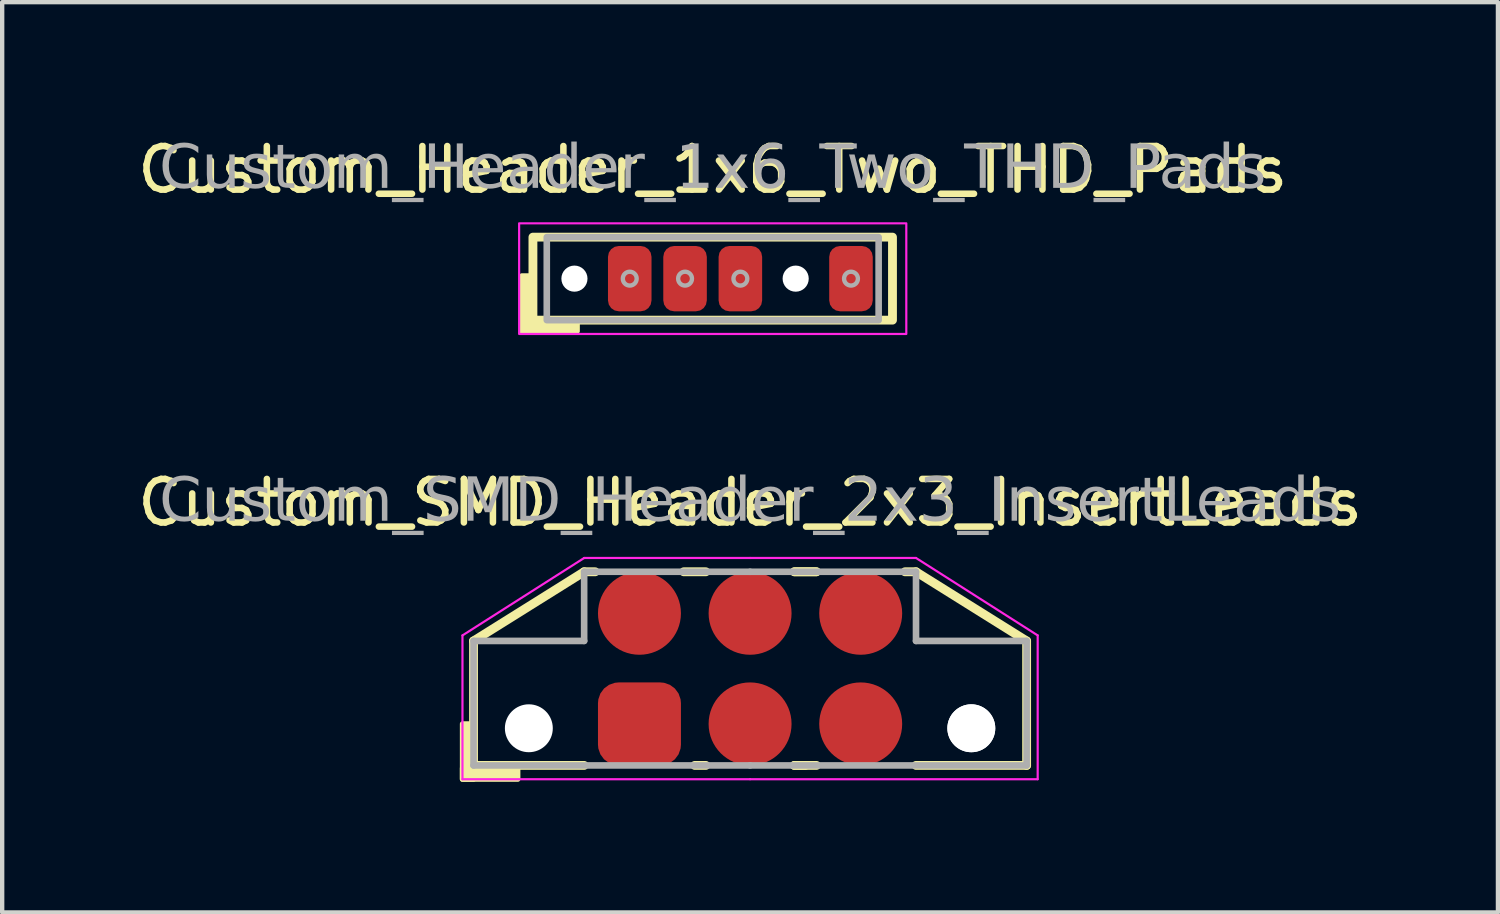
<source format=kicad_pcb>
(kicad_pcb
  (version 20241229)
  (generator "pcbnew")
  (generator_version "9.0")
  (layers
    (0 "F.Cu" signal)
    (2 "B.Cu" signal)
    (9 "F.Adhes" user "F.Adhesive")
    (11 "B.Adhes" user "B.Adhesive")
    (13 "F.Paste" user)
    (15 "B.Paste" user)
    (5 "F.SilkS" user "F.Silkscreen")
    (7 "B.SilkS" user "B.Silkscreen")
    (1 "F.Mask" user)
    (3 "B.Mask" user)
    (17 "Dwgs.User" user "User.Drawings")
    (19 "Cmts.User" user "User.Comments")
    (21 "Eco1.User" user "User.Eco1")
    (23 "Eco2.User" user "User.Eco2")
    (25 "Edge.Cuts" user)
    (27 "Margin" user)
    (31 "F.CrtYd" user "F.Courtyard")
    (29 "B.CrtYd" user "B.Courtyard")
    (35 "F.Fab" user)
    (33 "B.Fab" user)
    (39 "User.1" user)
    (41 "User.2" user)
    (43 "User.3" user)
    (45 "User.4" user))
  (footprint "Custom_Header_1x6_Two_THD_Pads"
    (layer "F.Cu")
    (at 13.315 3.348)
    (property "Reference" "Custom_Header_1x6_Two_THD_Pads" (at 0 -2.5 0) (layer "F.SilkS") (effects (font (size 1 1) (thickness 0.15))))
    (attr through_hole exclude_from_pos_files exclude_from_bom)
    (fp_rect (start -4.128 -0.953) (end 4.128 0.953) (stroke (width 0.203) (type default)) (fill no) (layer "F.SilkS"))
    (fp_rect (start -4.128 -0.064) (end -4.381 1.206) (stroke (width 0.12) (type solid)) (fill yes) (layer "F.SilkS"))
    (fp_rect (start -3.111 1.206) (end -4.381 0.953) (stroke (width 0.12) (type solid)) (fill yes) (layer "F.SilkS"))
    (fp_rect (start -4.445 -1.27) (end 4.445 1.27) (stroke (width 0.05) (type default)) (fill no) (layer "F.CrtYd"))
    (fp_rect (start -3.81 -0.953) (end 3.81 0.953) (stroke (width 0.152) (type default)) (fill no) (layer "F.Fab"))
    (fp_circle (center -3.175 0) (end -3.016 0) (stroke (width 0.1) (type default)) (fill no) (layer "F.Fab"))
    (fp_circle (center -1.905 0) (end -1.746 0) (stroke (width 0.1) (type default)) (fill no) (layer "F.Fab"))
    (fp_circle (center -0.635 0) (end -0.476 0) (stroke (width 0.1) (type default)) (fill no) (layer "F.Fab"))
    (fp_circle (center 0.635 0) (end 0.794 0) (stroke (width 0.1) (type default)) (fill no) (layer "F.Fab"))
    (fp_circle (center 1.905 0) (end 2.064 0) (stroke (width 0.1) (type default)) (fill no) (layer "F.Fab"))
    (fp_circle (center 3.175 0) (end 3.334 0) (stroke (width 0.1) (type default)) (fill no) (layer "F.Fab"))
    (fp_text user "${REFERENCE}" (at 0 -2.5 0) (layer "F.Fab") (effects (font (face "Tahoma") (size 1 1) (thickness 0.15))))
    (pad "1" thru_hole roundrect (at -3.175 0) (size 1 1.5) (drill 0.6) (layers "*.Cu" "*.Mask") (remove_unused_layers yes) (zone_layer_connections) (roundrect_rratio 0.25))
    (pad "2" smd roundrect (at -1.905 0) (size 1 1.5) (layers "F.Cu" "F.Mask" "F.Paste") (roundrect_rratio 0.25))
    (pad "3" smd roundrect (at -0.635 0) (size 1 1.5) (layers "F.Cu" "F.Mask" "F.Paste") (roundrect_rratio 0.25))
    (pad "4" smd roundrect (at 0.635 0) (size 1 1.5) (layers "F.Cu" "F.Mask" "F.Paste") (roundrect_rratio 0.25))
    (pad "5" thru_hole roundrect (at 1.905 0) (size 1 1.5) (drill oval 0.6) (layers "*.Cu" "*.Mask") (remove_unused_layers yes) (zone_layer_connections) (roundrect_rratio 0.25))
    (pad "6" smd roundrect (at 3.175 0) (size 1 1.5) (layers "F.Cu" "F.Mask" "F.Paste") (roundrect_rratio 0.25)))
  (footprint "Custom_SMD_Header_2x3_InsertLeads"
    (layer "F.Cu")
    (at 14.173 12.302)
    (property "Reference" "Custom_SMD_Header_2x3_InsertLeads" (at 0 -3.81 0) (layer "F.SilkS") (effects (font (size 1 1) (thickness 0.15))))
    (attr through_hole exclude_from_pos_files exclude_from_bom)
    (fp_line (start -6.35 -0.635) (end -6.35 2.223) (stroke (width 0.203) (type solid)) (layer "F.SilkS"))
    (fp_line (start -6.35 -0.635) (end -3.81 -2.223) (stroke (width 0.203) (type solid)) (layer "F.SilkS"))
    (fp_line (start -6.35 2.223) (end -3.81 2.223) (stroke (width 0.203) (type solid)) (layer "F.SilkS"))
    (fp_line (start -3.556 -2.223) (end -3.81 -2.223) (stroke (width 0.203) (type solid)) (layer "F.SilkS"))
    (fp_line (start -1.524 -2.223) (end -1.016 -2.223) (stroke (width 0.203) (type solid)) (layer "F.SilkS"))
    (fp_line (start -1.27 2.223) (end -1.016 2.223) (stroke (width 0.203) (type solid)) (layer "F.SilkS"))
    (fp_line (start 1.016 -2.223) (end 1.524 -2.223) (stroke (width 0.203) (type solid)) (layer "F.SilkS"))
    (fp_line (start 1.016 2.223) (end 1.524 2.223) (stroke (width 0.203) (type solid)) (layer "F.SilkS"))
    (fp_line (start 1.27 2.223) (end 1.016 2.223) (stroke (width 0.203) (type solid)) (layer "F.SilkS"))
    (fp_line (start 1.524 -2.223) (end 1.016 -2.223) (stroke (width 0.203) (type solid)) (layer "F.SilkS"))
    (fp_line (start 3.556 -2.223) (end 3.81 -2.223) (stroke (width 0.203) (type solid)) (layer "F.SilkS"))
    (fp_line (start 6.35 -0.635) (end 3.81 -2.223) (stroke (width 0.203) (type solid)) (layer "F.SilkS"))
    (fp_line (start 6.35 -0.635) (end 6.35 2.223) (stroke (width 0.203) (type solid)) (layer "F.SilkS"))
    (fp_line (start 6.35 2.223) (end 3.81 2.223) (stroke (width 0.203) (type solid)) (layer "F.SilkS"))
    (fp_rect (start -6.35 1.27) (end -6.604 2.54) (stroke (width 0.12) (type solid)) (fill yes) (layer "F.SilkS"))
    (fp_rect (start -5.334 2.54) (end -6.604 2.286) (stroke (width 0.12) (type solid)) (fill yes) (layer "F.SilkS"))
    (fp_line (start -6.604 2.54) (end -6.604 -0.762) (stroke (width 0.05) (type solid)) (layer "F.CrtYd"))
    (fp_line (start -3.81 -2.54) (end -6.604 -0.762) (stroke (width 0.05) (type solid)) (layer "F.CrtYd"))
    (fp_line (start 0 -2.54) (end -3.81 -2.54) (stroke (width 0.05) (type solid)) (layer "F.CrtYd"))
    (fp_line (start 0 -2.54) (end 3.81 -2.54) (stroke (width 0.05) (type solid)) (layer "F.CrtYd"))
    (fp_line (start 0 2.54) (end -6.604 2.54) (stroke (width 0.05) (type solid)) (layer "F.CrtYd"))
    (fp_line (start 0 2.54) (end 6.604 2.54) (stroke (width 0.05) (type solid)) (layer "F.CrtYd"))
    (fp_line (start 3.81 -2.54) (end 6.604 -0.762) (stroke (width 0.05) (type solid)) (layer "F.CrtYd"))
    (fp_line (start 6.604 2.54) (end 6.604 -0.762) (stroke (width 0.05) (type solid)) (layer "F.CrtYd"))
    (fp_line (start -6.35 -0.635) (end -6.35 2.223) (stroke (width 0.152) (type solid)) (layer "F.Fab"))
    (fp_line (start -6.35 -0.635) (end -3.81 -0.635) (stroke (width 0.152) (type solid)) (layer "F.Fab"))
    (fp_line (start -3.81 -2.223) (end -3.81 -0.635) (stroke (width 0.152) (type solid)) (layer "F.Fab"))
    (fp_line (start -3.81 -2.223) (end 0 -2.223) (stroke (width 0.152) (type solid)) (layer "F.Fab"))
    (fp_line (start 0 2.223) (end -6.35 2.223) (stroke (width 0.152) (type solid)) (layer "F.Fab"))
    (fp_line (start 0 2.223) (end 6.35 2.223) (stroke (width 0.152) (type solid)) (layer "F.Fab"))
    (fp_line (start 3.81 -2.223) (end 0 -2.223) (stroke (width 0.152) (type solid)) (layer "F.Fab"))
    (fp_line (start 3.81 -2.223) (end 3.81 -0.635) (stroke (width 0.152) (type solid)) (layer "F.Fab"))
    (fp_line (start 6.35 -0.635) (end 3.81 -0.635) (stroke (width 0.152) (type solid)) (layer "F.Fab"))
    (fp_line (start 6.35 -0.635) (end 6.35 2.223) (stroke (width 0.152) (type solid)) (layer "F.Fab"))
    (fp_text user "${REFERENCE}" (at 0 -3.81 0) (layer "F.Fab") (effects (font (face "Tahoma") (size 1 1) (thickness 0.15))))
    (pad "" np_thru_hole circle (at -5.08 1.37) (size 1.1 1.1) (drill 1.1) (layers "*.Cu" "*.Mask"))
    (pad "" np_thru_hole circle (at 5.08 1.37) (size 1.1 1.1) (drill 1.1) (layers "*.Cu" "*.Mask"))
    (pad "" np_thru_hole circle (at 5.08 1.37) (size 1.1 1.1) (drill 1.1) (layers "*.Cu" "*.Mask"))
    (pad "1" smd roundrect (at -2.54 1.27) (size 1.905 1.905) (layers "F.Cu" "F.Mask" "F.Paste") (roundrect_rratio 0.25))
    (pad "2" smd circle (at -2.54 -1.27) (size 1.905 1.905) (layers "F.Cu" "F.Mask" "F.Paste"))
    (pad "3" smd circle (at 0 1.27) (size 1.905 1.905) (layers "F.Cu" "F.Mask" "F.Paste"))
    (pad "4" smd circle (at 0 -1.27) (size 1.905 1.905) (layers "F.Cu" "F.Mask" "F.Paste"))
    (pad "5" smd circle (at 2.54 1.27) (size 1.905 1.905) (layers "F.Cu" "F.Mask" "F.Paste"))
    (pad "6" smd circle (at 2.54 -1.27) (size 1.905 1.905) (layers "F.Cu" "F.Mask" "F.Paste")))
  (gr_rect
    (start -3 -3)
    (end 31.345 17.901)
    (stroke (width 0.1) (type default))
    (fill no)
    (layer "Edge.Cuts")))
</source>
